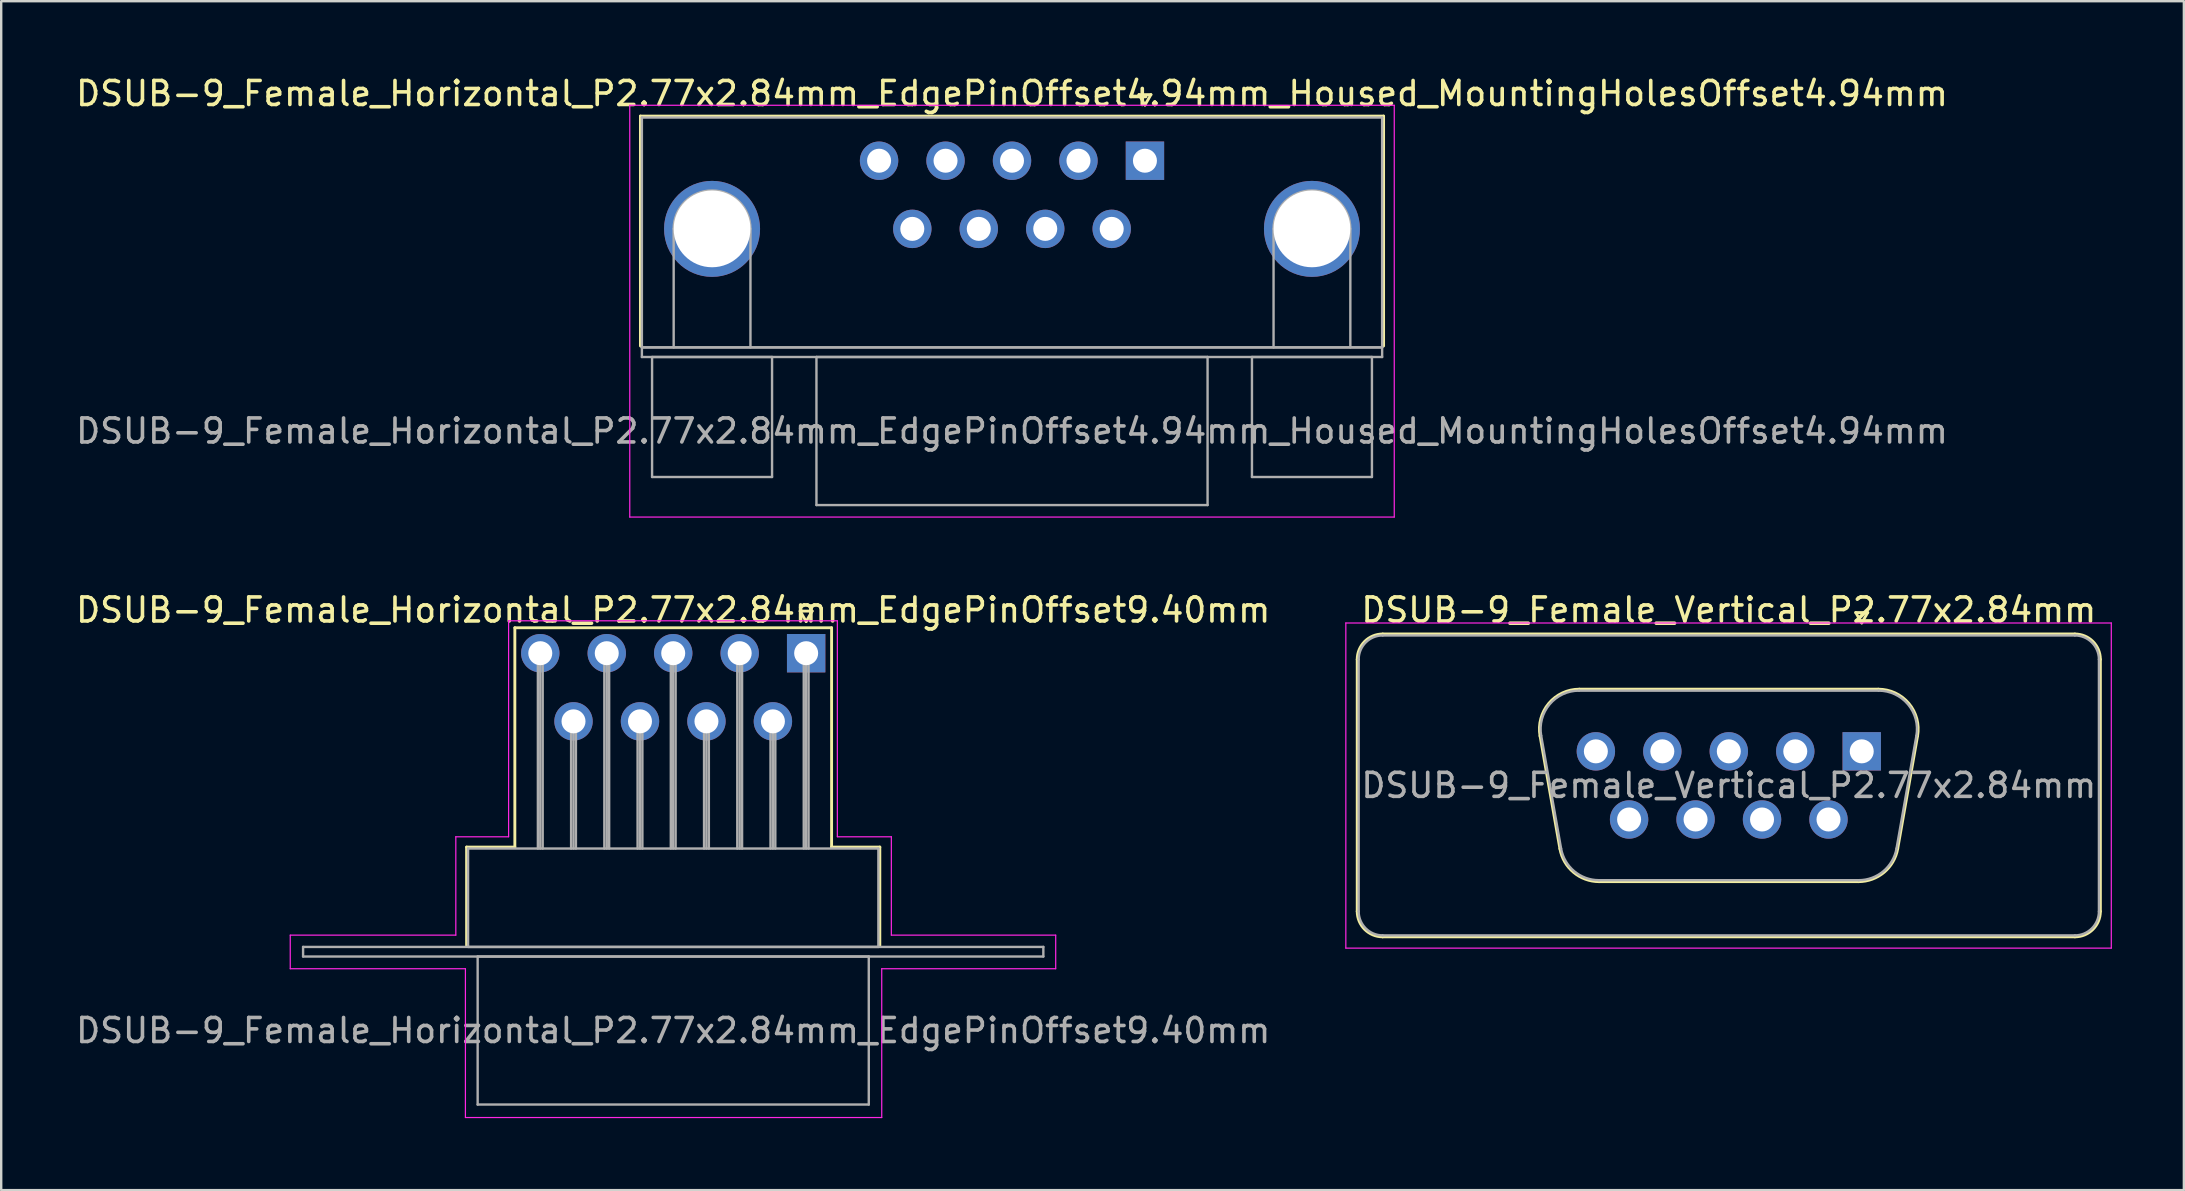
<source format=kicad_pcb>
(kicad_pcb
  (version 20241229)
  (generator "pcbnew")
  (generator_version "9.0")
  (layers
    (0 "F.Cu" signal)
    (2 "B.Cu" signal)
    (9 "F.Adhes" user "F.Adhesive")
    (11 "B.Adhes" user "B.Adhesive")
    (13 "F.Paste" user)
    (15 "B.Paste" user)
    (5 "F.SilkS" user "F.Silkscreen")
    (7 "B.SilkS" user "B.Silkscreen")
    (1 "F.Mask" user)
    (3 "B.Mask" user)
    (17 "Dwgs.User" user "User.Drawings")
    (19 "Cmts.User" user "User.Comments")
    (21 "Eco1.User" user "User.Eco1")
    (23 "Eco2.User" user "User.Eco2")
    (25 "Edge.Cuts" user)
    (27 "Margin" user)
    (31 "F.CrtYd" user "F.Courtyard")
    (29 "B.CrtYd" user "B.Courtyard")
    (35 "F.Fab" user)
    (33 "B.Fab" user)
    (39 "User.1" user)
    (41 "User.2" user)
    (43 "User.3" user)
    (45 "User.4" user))
  (footprint "DSUB-9_Female_Vertical_P2.77x2.84mm"
    (layer "F.Cu")
    (at 74.537 28.262)
    (property "Reference" "DSUB-9_Female_Vertical_P2.77x2.84mm" (at -5.54 -5.89 0) (layer "F.SilkS") (effects (font (size 1 1) (thickness 0.15))))
    (attr through_hole)
    (fp_line (start -21.025 6.67) (end -21.025 -3.83) (stroke (width 0.12) (type solid)) (layer "F.SilkS"))
    (fp_line (start -19.965 -4.89) (end 8.885 -4.89) (stroke (width 0.12) (type solid)) (layer "F.SilkS"))
    (fp_line (start -13.406 -0.642) (end -12.578 4.058) (stroke (width 0.12) (type solid)) (layer "F.SilkS"))
    (fp_line (start -11.772 -2.59) (end 0.692 -2.59) (stroke (width 0.12) (type solid)) (layer "F.SilkS"))
    (fp_line (start -10.943 5.43) (end -0.137 5.43) (stroke (width 0.12) (type solid)) (layer "F.SilkS"))
    (fp_line (start -0.25 -5.784) (end 0.25 -5.784) (stroke (width 0.12) (type solid)) (layer "F.SilkS"))
    (fp_line (start 0 -5.351) (end -0.25 -5.784) (stroke (width 0.12) (type solid)) (layer "F.SilkS"))
    (fp_line (start 0.25 -5.784) (end 0 -5.351) (stroke (width 0.12) (type solid)) (layer "F.SilkS"))
    (fp_line (start 2.326 -0.642) (end 1.498 4.058) (stroke (width 0.12) (type solid)) (layer "F.SilkS"))
    (fp_line (start 8.885 7.73) (end -19.965 7.73) (stroke (width 0.12) (type solid)) (layer "F.SilkS"))
    (fp_line (start 9.945 -3.83) (end 9.945 6.67) (stroke (width 0.12) (type solid)) (layer "F.SilkS"))
    (fp_arc (start -21.025 -3.83) (mid -20.714533 -4.579533) (end -19.965 -4.89) (stroke (width 0.12) (type solid)) (layer "F.SilkS"))
    (fp_arc (start -19.965 7.73) (mid -20.714533 7.419533) (end -21.025 6.67) (stroke (width 0.12) (type solid)) (layer "F.SilkS"))
    (fp_arc (start -13.40647 -0.641744) (mid -13.043323 -1.997028) (end -11.771689 -2.59) (stroke (width 0.12) (type solid)) (layer "F.SilkS"))
    (fp_arc (start -10.942952 5.43) (mid -12.009979 5.041634) (end -12.577733 4.058256) (stroke (width 0.12) (type solid)) (layer "F.SilkS"))
    (fp_arc (start 0.691689 -2.59) (mid 1.963323 -1.997027) (end 2.32647 -0.641744) (stroke (width 0.12) (type solid)) (layer "F.SilkS"))
    (fp_arc (start 1.497733 4.058256) (mid 0.92998 5.041634) (end -0.137048 5.43) (stroke (width 0.12) (type solid)) (layer "F.SilkS"))
    (fp_arc (start 8.885 -4.89) (mid 9.634533 -4.579533) (end 9.945 -3.83) (stroke (width 0.12) (type solid)) (layer "F.SilkS"))
    (fp_arc (start 9.945 6.67) (mid 9.634533 7.419533) (end 8.885 7.73) (stroke (width 0.12) (type solid)) (layer "F.SilkS"))
    (fp_line (start -21.5 -5.35) (end -21.5 8.2) (stroke (width 0.05) (type solid)) (layer "F.CrtYd"))
    (fp_line (start -21.5 8.2) (end 10.4 8.2) (stroke (width 0.05) (type solid)) (layer "F.CrtYd"))
    (fp_line (start 10.4 -5.35) (end -21.5 -5.35) (stroke (width 0.05) (type solid)) (layer "F.CrtYd"))
    (fp_line (start 10.4 8.2) (end 10.4 -5.35) (stroke (width 0.05) (type solid)) (layer "F.CrtYd"))
    (fp_line (start -20.965 6.67) (end -20.965 -3.83) (stroke (width 0.1) (type solid)) (layer "F.Fab"))
    (fp_line (start -19.965 -4.83) (end 8.885 -4.83) (stroke (width 0.1) (type solid)) (layer "F.Fab"))
    (fp_line (start -13.359 -0.652) (end -12.53 4.048) (stroke (width 0.1) (type solid)) (layer "F.Fab"))
    (fp_line (start -11.783 -2.53) (end 0.703 -2.53) (stroke (width 0.1) (type solid)) (layer "F.Fab"))
    (fp_line (start -10.954 5.37) (end -0.126 5.37) (stroke (width 0.1) (type solid)) (layer "F.Fab"))
    (fp_line (start 2.279 -0.652) (end 1.45 4.048) (stroke (width 0.1) (type solid)) (layer "F.Fab"))
    (fp_line (start 8.885 7.67) (end -19.965 7.67) (stroke (width 0.1) (type solid)) (layer "F.Fab"))
    (fp_line (start 9.885 -3.83) (end 9.885 6.67) (stroke (width 0.1) (type solid)) (layer "F.Fab"))
    (fp_arc (start -20.965 -3.83) (mid -20.672107 -4.537107) (end -19.965 -4.83) (stroke (width 0.1) (type solid)) (layer "F.Fab"))
    (fp_arc (start -19.965 7.67) (mid -20.672107 7.377107) (end -20.965 6.67) (stroke (width 0.1) (type solid)) (layer "F.Fab"))
    (fp_arc (start -13.358886 -0.652163) (mid -13.008865 -1.95846) (end -11.783194 -2.53) (stroke (width 0.1) (type solid)) (layer "F.Fab"))
    (fp_arc (start -10.954457 5.37) (mid -11.982917 4.995671) (end -12.530149 4.047837) (stroke (width 0.1) (type solid)) (layer "F.Fab"))
    (fp_arc (start 0.703194 -2.53) (mid 1.928865 -1.95846) (end 2.278886 -0.652163) (stroke (width 0.1) (type solid)) (layer "F.Fab"))
    (fp_arc (start 1.450149 4.047837) (mid 0.902917 4.995671) (end -0.125543 5.37) (stroke (width 0.1) (type solid)) (layer "F.Fab"))
    (fp_arc (start 8.885 -4.83) (mid 9.592107 -4.537107) (end 9.885 -3.83) (stroke (width 0.1) (type solid)) (layer "F.Fab"))
    (fp_arc (start 9.885 6.67) (mid 9.592107 7.377107) (end 8.885 7.67) (stroke (width 0.1) (type solid)) (layer "F.Fab"))
    (fp_text user "${REFERENCE}" (at -5.54 1.42 0) (layer "F.Fab") (effects (font (size 1 1) (thickness 0.15))))
    (pad "1" thru_hole rect (at 0 0) (size 1.6 1.6) (drill 1) (layers "*.Cu" "*.Mask"))
    (pad "2" thru_hole circle (at -2.77 0) (size 1.6 1.6) (drill 1) (layers "*.Cu" "*.Mask"))
    (pad "3" thru_hole circle (at -5.54 0) (size 1.6 1.6) (drill 1) (layers "*.Cu" "*.Mask"))
    (pad "4" thru_hole circle (at -8.31 0) (size 1.6 1.6) (drill 1) (layers "*.Cu" "*.Mask"))
    (pad "5" thru_hole circle (at -11.08 0) (size 1.6 1.6) (drill 1) (layers "*.Cu" "*.Mask"))
    (pad "6" thru_hole circle (at -1.385 2.84) (size 1.6 1.6) (drill 1) (layers "*.Cu" "*.Mask"))
    (pad "7" thru_hole circle (at -4.155 2.84) (size 1.6 1.6) (drill 1) (layers "*.Cu" "*.Mask"))
    (pad "8" thru_hole circle (at -6.925 2.84) (size 1.6 1.6) (drill 1) (layers "*.Cu" "*.Mask"))
    (pad "9" thru_hole circle (at -9.695 2.84) (size 1.6 1.6) (drill 1) (layers "*.Cu" "*.Mask")))
  (footprint "DSUB-9_Female_Horizontal_P2.77x2.84mm_EdgePinOffset4.94mm_Housed_MountingHolesOffset4.94mm"
    (layer "F.Cu")
    (at 44.665 3.648)
    (property "Reference" "DSUB-9_Female_Horizontal_P2.77x2.84mm_EdgePinOffset4.94mm_Housed_MountingHolesOffset4.94mm" (at -5.54 -2.8 0) (layer "F.SilkS") (effects (font (size 1 1) (thickness 0.15))))
    (attr through_hole)
    (fp_line (start -21.025 -1.86) (end 9.945 -1.86) (stroke (width 0.12) (type solid)) (layer "F.SilkS"))
    (fp_line (start -21.025 7.72) (end -21.025 -1.86) (stroke (width 0.12) (type solid)) (layer "F.SilkS"))
    (fp_line (start -0.25 -2.754) (end 0.25 -2.754) (stroke (width 0.12) (type solid)) (layer "F.SilkS"))
    (fp_line (start 0 -2.321) (end -0.25 -2.754) (stroke (width 0.12) (type solid)) (layer "F.SilkS"))
    (fp_line (start 0.25 -2.754) (end 0 -2.321) (stroke (width 0.12) (type solid)) (layer "F.SilkS"))
    (fp_line (start 9.945 -1.86) (end 9.945 7.72) (stroke (width 0.12) (type solid)) (layer "F.SilkS"))
    (fp_line (start -21.47 -2.31) (end -21.47 14.85) (stroke (width 0.05) (type solid)) (layer "F.CrtYd"))
    (fp_line (start -21.47 14.85) (end 10.39 14.85) (stroke (width 0.05) (type solid)) (layer "F.CrtYd"))
    (fp_line (start 10.39 -2.31) (end -21.47 -2.31) (stroke (width 0.05) (type solid)) (layer "F.CrtYd"))
    (fp_line (start 10.39 14.85) (end 10.39 -2.31) (stroke (width 0.05) (type solid)) (layer "F.CrtYd"))
    (fp_line (start -20.965 -1.8) (end -20.965 7.78) (stroke (width 0.1) (type solid)) (layer "F.Fab"))
    (fp_line (start -20.965 7.78) (end -20.965 8.18) (stroke (width 0.1) (type solid)) (layer "F.Fab"))
    (fp_line (start -20.965 7.78) (end 9.885 7.78) (stroke (width 0.1) (type solid)) (layer "F.Fab"))
    (fp_line (start -20.965 8.18) (end 9.885 8.18) (stroke (width 0.1) (type solid)) (layer "F.Fab"))
    (fp_line (start -20.54 8.18) (end -20.54 13.18) (stroke (width 0.1) (type solid)) (layer "F.Fab"))
    (fp_line (start -20.54 13.18) (end -15.54 13.18) (stroke (width 0.1) (type solid)) (layer "F.Fab"))
    (fp_line (start -19.64 7.78) (end -19.64 2.84) (stroke (width 0.1) (type solid)) (layer "F.Fab"))
    (fp_line (start -16.44 7.78) (end -16.44 2.84) (stroke (width 0.1) (type solid)) (layer "F.Fab"))
    (fp_line (start -15.54 8.18) (end -20.54 8.18) (stroke (width 0.1) (type solid)) (layer "F.Fab"))
    (fp_line (start -15.54 13.18) (end -15.54 8.18) (stroke (width 0.1) (type solid)) (layer "F.Fab"))
    (fp_line (start -13.69 8.18) (end -13.69 14.35) (stroke (width 0.1) (type solid)) (layer "F.Fab"))
    (fp_line (start -13.69 14.35) (end 2.61 14.35) (stroke (width 0.1) (type solid)) (layer "F.Fab"))
    (fp_line (start 2.61 8.18) (end -13.69 8.18) (stroke (width 0.1) (type solid)) (layer "F.Fab"))
    (fp_line (start 2.61 14.35) (end 2.61 8.18) (stroke (width 0.1) (type solid)) (layer "F.Fab"))
    (fp_line (start 4.46 8.18) (end 4.46 13.18) (stroke (width 0.1) (type solid)) (layer "F.Fab"))
    (fp_line (start 4.46 13.18) (end 9.46 13.18) (stroke (width 0.1) (type solid)) (layer "F.Fab"))
    (fp_line (start 5.36 7.78) (end 5.36 2.84) (stroke (width 0.1) (type solid)) (layer "F.Fab"))
    (fp_line (start 8.56 7.78) (end 8.56 2.84) (stroke (width 0.1) (type solid)) (layer "F.Fab"))
    (fp_line (start 9.46 8.18) (end 4.46 8.18) (stroke (width 0.1) (type solid)) (layer "F.Fab"))
    (fp_line (start 9.46 13.18) (end 9.46 8.18) (stroke (width 0.1) (type solid)) (layer "F.Fab"))
    (fp_line (start 9.885 -1.8) (end -20.965 -1.8) (stroke (width 0.1) (type solid)) (layer "F.Fab"))
    (fp_line (start 9.885 7.78) (end -20.965 7.78) (stroke (width 0.1) (type solid)) (layer "F.Fab"))
    (fp_line (start 9.885 7.78) (end 9.885 -1.8) (stroke (width 0.1) (type solid)) (layer "F.Fab"))
    (fp_line (start 9.885 8.18) (end 9.885 7.78) (stroke (width 0.1) (type solid)) (layer "F.Fab"))
    (fp_arc (start -19.64 2.84) (mid -18.04 1.24) (end -16.44 2.84) (stroke (width 0.1) (type solid)) (layer "F.Fab"))
    (fp_arc (start 5.36 2.84) (mid 6.96 1.24) (end 8.56 2.84) (stroke (width 0.1) (type solid)) (layer "F.Fab"))
    (fp_text user "${REFERENCE}" (at -5.54 11.265 0) (layer "F.Fab") (effects (font (size 1 1) (thickness 0.15))))
    (pad "0" thru_hole circle (at -18.04 2.84) (size 4 4) (drill 3.2) (layers "*.Cu" "*.Mask"))
    (pad "0" thru_hole circle (at 6.96 2.84) (size 4 4) (drill 3.2) (layers "*.Cu" "*.Mask"))
    (pad "1" thru_hole rect (at 0 0) (size 1.6 1.6) (drill 1) (layers "*.Cu" "*.Mask"))
    (pad "2" thru_hole circle (at -2.77 0) (size 1.6 1.6) (drill 1) (layers "*.Cu" "*.Mask"))
    (pad "3" thru_hole circle (at -5.54 0) (size 1.6 1.6) (drill 1) (layers "*.Cu" "*.Mask"))
    (pad "4" thru_hole circle (at -8.31 0) (size 1.6 1.6) (drill 1) (layers "*.Cu" "*.Mask"))
    (pad "5" thru_hole circle (at -11.08 0) (size 1.6 1.6) (drill 1) (layers "*.Cu" "*.Mask"))
    (pad "6" thru_hole circle (at -1.385 2.84) (size 1.6 1.6) (drill 1) (layers "*.Cu" "*.Mask"))
    (pad "7" thru_hole circle (at -4.155 2.84) (size 1.6 1.6) (drill 1) (layers "*.Cu" "*.Mask"))
    (pad "8" thru_hole circle (at -6.925 2.84) (size 1.6 1.6) (drill 1) (layers "*.Cu" "*.Mask"))
    (pad "9" thru_hole circle (at -9.695 2.84) (size 1.6 1.6) (drill 1) (layers "*.Cu" "*.Mask")))
  (footprint "DSUB-9_Female_Horizontal_P2.77x2.84mm_EdgePinOffset9.40mm"
    (layer "F.Cu")
    (at 30.546 24.172)
    (property "Reference" "DSUB-9_Female_Horizontal_P2.77x2.84mm_EdgePinOffset9.40mm" (at -5.54 -1.8 0) (layer "F.SilkS") (effects (font (size 1 1) (thickness 0.15))))
    (attr through_hole)
    (fp_line (start -14.15 8.08) (end -12.14 8.08) (stroke (width 0.12) (type solid)) (layer "F.SilkS"))
    (fp_line (start -14.15 12.18) (end -14.15 8.08) (stroke (width 0.12) (type solid)) (layer "F.SilkS"))
    (fp_line (start -12.14 -1.06) (end 1.06 -1.06) (stroke (width 0.12) (type solid)) (layer "F.SilkS"))
    (fp_line (start -12.14 8.08) (end -12.14 -1.06) (stroke (width 0.12) (type solid)) (layer "F.SilkS"))
    (fp_line (start -0.25 -1.754) (end 0.25 -1.754) (stroke (width 0.12) (type solid)) (layer "F.SilkS"))
    (fp_line (start 0 -1.321) (end -0.25 -1.754) (stroke (width 0.12) (type solid)) (layer "F.SilkS"))
    (fp_line (start 0.25 -1.754) (end 0 -1.321) (stroke (width 0.12) (type solid)) (layer "F.SilkS"))
    (fp_line (start 1.06 -1.06) (end 1.06 8.08) (stroke (width 0.12) (type solid)) (layer "F.SilkS"))
    (fp_line (start 1.06 8.08) (end 3.07 8.08) (stroke (width 0.12) (type solid)) (layer "F.SilkS"))
    (fp_line (start 3.07 8.08) (end 3.07 12.18) (stroke (width 0.12) (type solid)) (layer "F.SilkS"))
    (fp_line (start -21.5 11.75) (end -14.6 11.75) (stroke (width 0.05) (type solid)) (layer "F.CrtYd"))
    (fp_line (start -21.5 13.15) (end -21.5 11.75) (stroke (width 0.05) (type solid)) (layer "F.CrtYd"))
    (fp_line (start -14.6 7.65) (end -12.4 7.65) (stroke (width 0.05) (type solid)) (layer "F.CrtYd"))
    (fp_line (start -14.6 11.75) (end -14.6 7.65) (stroke (width 0.05) (type solid)) (layer "F.CrtYd"))
    (fp_line (start -14.2 13.15) (end -21.5 13.15) (stroke (width 0.05) (type solid)) (layer "F.CrtYd"))
    (fp_line (start -14.2 19.35) (end -14.2 13.15) (stroke (width 0.05) (type solid)) (layer "F.CrtYd"))
    (fp_line (start -12.4 -1.35) (end 1.3 -1.35) (stroke (width 0.05) (type solid)) (layer "F.CrtYd"))
    (fp_line (start -12.4 7.65) (end -12.4 -1.35) (stroke (width 0.05) (type solid)) (layer "F.CrtYd"))
    (fp_line (start 1.3 -1.35) (end 1.3 7.65) (stroke (width 0.05) (type solid)) (layer "F.CrtYd"))
    (fp_line (start 1.3 7.65) (end 3.55 7.65) (stroke (width 0.05) (type solid)) (layer "F.CrtYd"))
    (fp_line (start 3.15 13.15) (end 3.15 19.35) (stroke (width 0.05) (type solid)) (layer "F.CrtYd"))
    (fp_line (start 3.15 19.35) (end -14.2 19.35) (stroke (width 0.05) (type solid)) (layer "F.CrtYd"))
    (fp_line (start 3.55 7.65) (end 3.55 11.75) (stroke (width 0.05) (type solid)) (layer "F.CrtYd"))
    (fp_line (start 3.55 11.75) (end 10.4 11.75) (stroke (width 0.05) (type solid)) (layer "F.CrtYd"))
    (fp_line (start 10.4 11.75) (end 10.4 13.15) (stroke (width 0.05) (type solid)) (layer "F.CrtYd"))
    (fp_line (start 10.4 13.15) (end 3.15 13.15) (stroke (width 0.05) (type solid)) (layer "F.CrtYd"))
    (fp_line (start -20.965 12.24) (end -20.965 12.64) (stroke (width 0.1) (type solid)) (layer "F.Fab"))
    (fp_line (start -20.965 12.64) (end 9.885 12.64) (stroke (width 0.1) (type solid)) (layer "F.Fab"))
    (fp_line (start -14.09 8.14) (end -14.09 12.24) (stroke (width 0.1) (type solid)) (layer "F.Fab"))
    (fp_line (start -14.09 12.24) (end 3.01 12.24) (stroke (width 0.1) (type solid)) (layer "F.Fab"))
    (fp_line (start -13.69 12.64) (end -13.69 18.81) (stroke (width 0.1) (type solid)) (layer "F.Fab"))
    (fp_line (start -13.69 18.81) (end 2.61 18.81) (stroke (width 0.1) (type solid)) (layer "F.Fab"))
    (fp_line (start -11.18 0) (end -11.18 8.14) (stroke (width 0.1) (type solid)) (layer "F.Fab"))
    (fp_line (start -11.08 0) (end -11.08 8.14) (stroke (width 0.1) (type solid)) (layer "F.Fab"))
    (fp_line (start -10.98 0) (end -10.98 8.14) (stroke (width 0.1) (type solid)) (layer "F.Fab"))
    (fp_line (start -9.795 2.84) (end -9.795 8.14) (stroke (width 0.1) (type solid)) (layer "F.Fab"))
    (fp_line (start -9.695 2.84) (end -9.695 8.14) (stroke (width 0.1) (type solid)) (layer "F.Fab"))
    (fp_line (start -9.595 2.84) (end -9.595 8.14) (stroke (width 0.1) (type solid)) (layer "F.Fab"))
    (fp_line (start -8.41 0) (end -8.41 8.14) (stroke (width 0.1) (type solid)) (layer "F.Fab"))
    (fp_line (start -8.31 0) (end -8.31 8.14) (stroke (width 0.1) (type solid)) (layer "F.Fab"))
    (fp_line (start -8.21 0) (end -8.21 8.14) (stroke (width 0.1) (type solid)) (layer "F.Fab"))
    (fp_line (start -7.025 2.84) (end -7.025 8.14) (stroke (width 0.1) (type solid)) (layer "F.Fab"))
    (fp_line (start -6.925 2.84) (end -6.925 8.14) (stroke (width 0.1) (type solid)) (layer "F.Fab"))
    (fp_line (start -6.825 2.84) (end -6.825 8.14) (stroke (width 0.1) (type solid)) (layer "F.Fab"))
    (fp_line (start -5.64 0) (end -5.64 8.14) (stroke (width 0.1) (type solid)) (layer "F.Fab"))
    (fp_line (start -5.54 0) (end -5.54 8.14) (stroke (width 0.1) (type solid)) (layer "F.Fab"))
    (fp_line (start -5.44 0) (end -5.44 8.14) (stroke (width 0.1) (type solid)) (layer "F.Fab"))
    (fp_line (start -4.255 2.84) (end -4.255 8.14) (stroke (width 0.1) (type solid)) (layer "F.Fab"))
    (fp_line (start -4.155 2.84) (end -4.155 8.14) (stroke (width 0.1) (type solid)) (layer "F.Fab"))
    (fp_line (start -4.055 2.84) (end -4.055 8.14) (stroke (width 0.1) (type solid)) (layer "F.Fab"))
    (fp_line (start -2.87 0) (end -2.87 8.14) (stroke (width 0.1) (type solid)) (layer "F.Fab"))
    (fp_line (start -2.77 0) (end -2.77 8.14) (stroke (width 0.1) (type solid)) (layer "F.Fab"))
    (fp_line (start -2.67 0) (end -2.67 8.14) (stroke (width 0.1) (type solid)) (layer "F.Fab"))
    (fp_line (start -1.485 2.84) (end -1.485 8.14) (stroke (width 0.1) (type solid)) (layer "F.Fab"))
    (fp_line (start -1.385 2.84) (end -1.385 8.14) (stroke (width 0.1) (type solid)) (layer "F.Fab"))
    (fp_line (start -1.285 2.84) (end -1.285 8.14) (stroke (width 0.1) (type solid)) (layer "F.Fab"))
    (fp_line (start -0.1 0) (end -0.1 8.14) (stroke (width 0.1) (type solid)) (layer "F.Fab"))
    (fp_line (start 0 0) (end 0 8.14) (stroke (width 0.1) (type solid)) (layer "F.Fab"))
    (fp_line (start 0.1 0) (end 0.1 8.14) (stroke (width 0.1) (type solid)) (layer "F.Fab"))
    (fp_line (start 2.61 12.64) (end -13.69 12.64) (stroke (width 0.1) (type solid)) (layer "F.Fab"))
    (fp_line (start 2.61 18.81) (end 2.61 12.64) (stroke (width 0.1) (type solid)) (layer "F.Fab"))
    (fp_line (start 3.01 8.14) (end -14.09 8.14) (stroke (width 0.1) (type solid)) (layer "F.Fab"))
    (fp_line (start 3.01 12.24) (end 3.01 8.14) (stroke (width 0.1) (type solid)) (layer "F.Fab"))
    (fp_line (start 9.885 12.24) (end -20.965 12.24) (stroke (width 0.1) (type solid)) (layer "F.Fab"))
    (fp_line (start 9.885 12.64) (end 9.885 12.24) (stroke (width 0.1) (type solid)) (layer "F.Fab"))
    (fp_text user "${REFERENCE}" (at -5.54 15.725 0) (layer "F.Fab") (effects (font (size 1 1) (thickness 0.15))))
    (pad "1" thru_hole rect (at 0 0) (size 1.6 1.6) (drill 1) (layers "*.Cu" "*.Mask"))
    (pad "2" thru_hole circle (at -2.77 0) (size 1.6 1.6) (drill 1) (layers "*.Cu" "*.Mask"))
    (pad "3" thru_hole circle (at -5.54 0) (size 1.6 1.6) (drill 1) (layers "*.Cu" "*.Mask"))
    (pad "4" thru_hole circle (at -8.31 0) (size 1.6 1.6) (drill 1) (layers "*.Cu" "*.Mask"))
    (pad "5" thru_hole circle (at -11.08 0) (size 1.6 1.6) (drill 1) (layers "*.Cu" "*.Mask"))
    (pad "6" thru_hole circle (at -1.385 2.84) (size 1.6 1.6) (drill 1) (layers "*.Cu" "*.Mask"))
    (pad "7" thru_hole circle (at -4.155 2.84) (size 1.6 1.6) (drill 1) (layers "*.Cu" "*.Mask"))
    (pad "8" thru_hole circle (at -6.925 2.84) (size 1.6 1.6) (drill 1) (layers "*.Cu" "*.Mask"))
    (pad "9" thru_hole circle (at -9.695 2.84) (size 1.6 1.6) (drill 1) (layers "*.Cu" "*.Mask")))
  (gr_rect
    (start -3 -3)
    (end 87.962 46.547)
    (stroke (width 0.1) (type default))
    (fill no)
    (layer "Edge.Cuts")))
</source>
